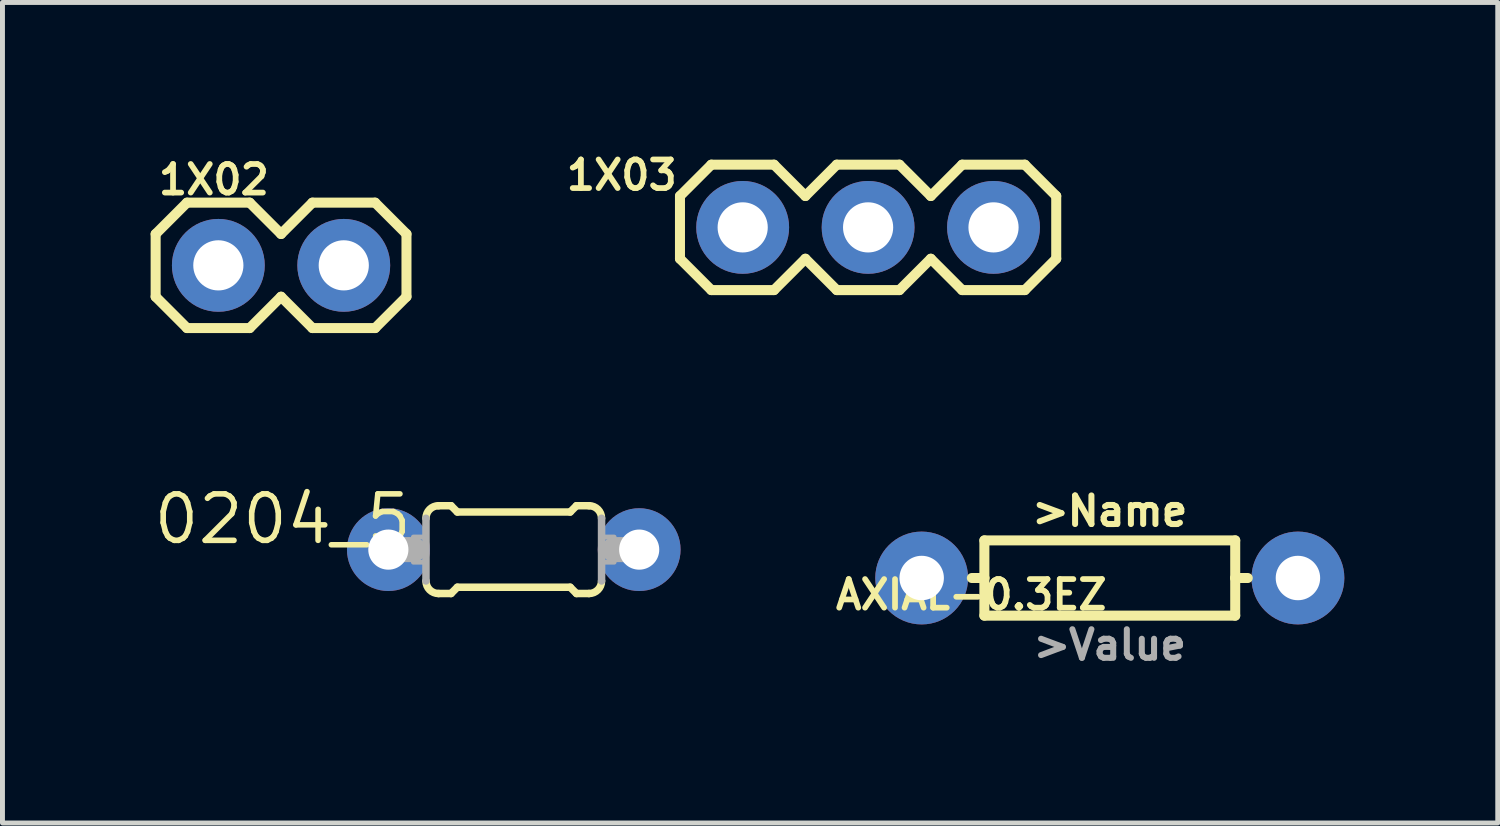
<source format=kicad_pcb>
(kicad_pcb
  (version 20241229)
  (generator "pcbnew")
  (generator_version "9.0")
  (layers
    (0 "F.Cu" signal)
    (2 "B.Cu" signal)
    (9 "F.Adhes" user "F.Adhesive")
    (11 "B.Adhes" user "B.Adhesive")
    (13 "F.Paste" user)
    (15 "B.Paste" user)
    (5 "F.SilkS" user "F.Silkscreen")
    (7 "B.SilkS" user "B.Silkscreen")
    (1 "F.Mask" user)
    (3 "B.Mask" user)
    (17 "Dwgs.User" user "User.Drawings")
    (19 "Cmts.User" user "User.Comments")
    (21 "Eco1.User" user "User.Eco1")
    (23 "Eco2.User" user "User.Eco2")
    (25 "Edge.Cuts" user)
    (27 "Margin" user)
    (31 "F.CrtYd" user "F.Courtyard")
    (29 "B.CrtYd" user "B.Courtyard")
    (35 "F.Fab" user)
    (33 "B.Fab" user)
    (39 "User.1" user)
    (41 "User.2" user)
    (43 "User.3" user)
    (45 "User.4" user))
  (footprint "1X03"
    (layer "F.Cu")
    (at 11.991 1.555)
    (property "Reference" "1X03" (at -1.27 -1.397 180) (layer "F.SilkS") (effects (font (size 0.579 0.579) (thickness 0.116)) (justify right top)))
    (attr through_hole)
    (fp_line (start -1.27 -0.635) (end -1.27 0.635) (stroke (width 0.203) (type solid)) (layer "F.SilkS"))
    (fp_line (start -1.27 0.635) (end -0.635 1.27) (stroke (width 0.203) (type solid)) (layer "F.SilkS"))
    (fp_line (start -0.635 -1.27) (end -1.27 -0.635) (stroke (width 0.203) (type solid)) (layer "F.SilkS"))
    (fp_line (start -0.635 -1.27) (end 0.635 -1.27) (stroke (width 0.203) (type solid)) (layer "F.SilkS"))
    (fp_line (start 0.635 -1.27) (end 1.27 -0.635) (stroke (width 0.203) (type solid)) (layer "F.SilkS"))
    (fp_line (start 0.635 1.27) (end -0.635 1.27) (stroke (width 0.203) (type solid)) (layer "F.SilkS"))
    (fp_line (start 1.27 -0.635) (end 1.905 -1.27) (stroke (width 0.203) (type solid)) (layer "F.SilkS"))
    (fp_line (start 1.27 0.635) (end 0.635 1.27) (stroke (width 0.203) (type solid)) (layer "F.SilkS"))
    (fp_line (start 1.905 -1.27) (end 3.175 -1.27) (stroke (width 0.203) (type solid)) (layer "F.SilkS"))
    (fp_line (start 1.905 1.27) (end 1.27 0.635) (stroke (width 0.203) (type solid)) (layer "F.SilkS"))
    (fp_line (start 3.175 -1.27) (end 3.81 -0.635) (stroke (width 0.203) (type solid)) (layer "F.SilkS"))
    (fp_line (start 3.175 1.27) (end 1.905 1.27) (stroke (width 0.203) (type solid)) (layer "F.SilkS"))
    (fp_line (start 3.81 -0.635) (end 4.445 -1.27) (stroke (width 0.203) (type solid)) (layer "F.SilkS"))
    (fp_line (start 3.81 0.635) (end 3.175 1.27) (stroke (width 0.203) (type solid)) (layer "F.SilkS"))
    (fp_line (start 4.445 -1.27) (end 5.715 -1.27) (stroke (width 0.203) (type solid)) (layer "F.SilkS"))
    (fp_line (start 4.445 1.27) (end 3.81 0.635) (stroke (width 0.203) (type solid)) (layer "F.SilkS"))
    (fp_line (start 5.715 -1.27) (end 6.35 -0.635) (stroke (width 0.203) (type solid)) (layer "F.SilkS"))
    (fp_line (start 5.715 1.27) (end 4.445 1.27) (stroke (width 0.203) (type solid)) (layer "F.SilkS"))
    (fp_line (start 6.35 -0.635) (end 6.35 0.635) (stroke (width 0.203) (type solid)) (layer "F.SilkS"))
    (fp_line (start 6.35 0.635) (end 5.715 1.27) (stroke (width 0.203) (type solid)) (layer "F.SilkS"))
    (fp_poly (pts (xy -0.254 0.254) (xy 0.254 0.254) (xy 0.254 -0.254) (xy -0.254 -0.254)) (stroke (width 0.1) (type solid)) (fill no) (layer "F.Fab"))
    (fp_poly (pts (xy 2.286 0.254) (xy 2.794 0.254) (xy 2.794 -0.254) (xy 2.286 -0.254)) (stroke (width 0.1) (type solid)) (fill no) (layer "F.Fab"))
    (fp_poly (pts (xy 4.826 0.254) (xy 5.334 0.254) (xy 5.334 -0.254) (xy 4.826 -0.254)) (stroke (width 0.1) (type solid)) (fill no) (layer "F.Fab"))
    (pad "1" thru_hole circle (at 0 0 90) (size 1.88 1.88) (drill 1.016) (layers "*.Cu" "*.Mask"))
    (pad "2" thru_hole circle (at 2.54 0 90) (size 1.88 1.88) (drill 1.016) (layers "*.Cu" "*.Mask"))
    (pad "3" thru_hole circle (at 5.08 0 90) (size 1.88 1.88) (drill 1.016) (layers "*.Cu" "*.Mask")))
  (footprint "0204_5"
    (layer "F.Cu")
    (at 7.355 8.081)
    (property "Reference" "0204_5" (at -2.007 -1.168 180) (layer "F.SilkS") (effects (font (size 0.941 0.941) (thickness 0.113)) (justify right top)))
    (attr through_hole)
    (fp_line (start -1.524 -0.889) (end -1.27 -0.889) (stroke (width 0.152) (type solid)) (layer "F.SilkS"))
    (fp_line (start -1.524 0.889) (end -1.27 0.889) (stroke (width 0.152) (type solid)) (layer "F.SilkS"))
    (fp_line (start -1.143 -0.762) (end -1.27 -0.889) (stroke (width 0.152) (type solid)) (layer "F.SilkS"))
    (fp_line (start -1.143 0.762) (end -1.27 0.889) (stroke (width 0.152) (type solid)) (layer "F.SilkS"))
    (fp_line (start 1.143 -0.762) (end -1.143 -0.762) (stroke (width 0.152) (type solid)) (layer "F.SilkS"))
    (fp_line (start 1.143 -0.762) (end 1.27 -0.889) (stroke (width 0.152) (type solid)) (layer "F.SilkS"))
    (fp_line (start 1.143 0.762) (end -1.143 0.762) (stroke (width 0.152) (type solid)) (layer "F.SilkS"))
    (fp_line (start 1.143 0.762) (end 1.27 0.889) (stroke (width 0.152) (type solid)) (layer "F.SilkS"))
    (fp_line (start 1.524 -0.889) (end 1.27 -0.889) (stroke (width 0.152) (type solid)) (layer "F.SilkS"))
    (fp_line (start 1.524 0.889) (end 1.27 0.889) (stroke (width 0.152) (type solid)) (layer "F.SilkS"))
    (fp_arc (start -1.778 -0.635) (mid -1.703605 -0.814605) (end -1.524 -0.889) (stroke (width 0.1524) (type solid)) (layer "F.SilkS"))
    (fp_arc (start -1.524 0.889) (mid -1.703605 0.814605) (end -1.778 0.635) (stroke (width 0.1524) (type solid)) (layer "F.SilkS"))
    (fp_arc (start 1.524 -0.889) (mid 1.703605 -0.814605) (end 1.778 -0.635) (stroke (width 0.1524) (type solid)) (layer "F.SilkS"))
    (fp_arc (start 1.778 0.635) (mid 1.703605 0.814605) (end 1.524 0.889) (stroke (width 0.1524) (type solid)) (layer "F.SilkS"))
    (fp_line (start -2.54 0) (end -2.032 0) (stroke (width 0.508) (type solid)) (layer "F.Fab"))
    (fp_line (start -1.778 0.635) (end -1.778 -0.635) (stroke (width 0.152) (type solid)) (layer "F.Fab"))
    (fp_line (start 1.778 0.635) (end 1.778 -0.635) (stroke (width 0.152) (type solid)) (layer "F.Fab"))
    (fp_line (start 2.54 0) (end 2.032 0) (stroke (width 0.508) (type solid)) (layer "F.Fab"))
    (fp_poly (pts (xy -2.032 0.254) (xy -1.778 0.254) (xy -1.778 -0.254) (xy -2.032 -0.254)) (stroke (width 0.1) (type solid)) (fill no) (layer "F.Fab"))
    (fp_poly (pts (xy 1.778 0.254) (xy 2.032 0.254) (xy 2.032 -0.254) (xy 1.778 -0.254)) (stroke (width 0.1) (type solid)) (fill no) (layer "F.Fab"))
    (pad "1" thru_hole circle (at -2.54 0) (size 1.676 1.676) (drill 0.813) (layers "*.Cu" "*.Mask"))
    (pad "2" thru_hole circle (at 2.54 0) (size 1.676 1.676) (drill 0.813) (layers "*.Cu" "*.Mask")))
  (footprint "AXIAL-0.3EZ"
    (layer "F.Cu")
    (at 19.426 8.656)
    (property "Reference" "AXIAL-0.3EZ" (at 0 0 180) (layer "F.SilkS") (effects (font (size 0.579 0.579) (thickness 0.116)) (justify right top)))
    (attr through_hole)
    (fp_circle (center -3.81 0) (end -3.302 0) (stroke (width 0) (type solid)) (fill yes) (layer "F.Mask"))
    (fp_circle (center 3.81 0) (end 4.334 0) (stroke (width 0) (type solid)) (fill yes) (layer "F.Mask"))
    (fp_circle (center -3.81 0) (end -2.786 0) (stroke (width 0) (type solid)) (fill yes) (layer "B.Mask"))
    (fp_circle (center 3.81 0) (end 4.857 0) (stroke (width 0) (type solid)) (fill yes) (layer "B.Mask"))
    (fp_line (start -2.54 -0.762) (end 2.54 -0.762) (stroke (width 0.203) (type solid)) (layer "F.SilkS"))
    (fp_line (start -2.54 0) (end -2.794 0) (stroke (width 0.203) (type solid)) (layer "F.SilkS"))
    (fp_line (start -2.54 0) (end -2.54 -0.762) (stroke (width 0.203) (type solid)) (layer "F.SilkS"))
    (fp_line (start -2.54 0.762) (end -2.54 0) (stroke (width 0.203) (type solid)) (layer "F.SilkS"))
    (fp_line (start 2.54 -0.762) (end 2.54 0) (stroke (width 0.203) (type solid)) (layer "F.SilkS"))
    (fp_line (start 2.54 0) (end 2.54 0.762) (stroke (width 0.203) (type solid)) (layer "F.SilkS"))
    (fp_line (start 2.54 0) (end 2.794 0) (stroke (width 0.203) (type solid)) (layer "F.SilkS"))
    (fp_line (start 2.54 0.762) (end -2.54 0.762) (stroke (width 0.203) (type solid)) (layer "F.SilkS"))
    (fp_text user ">Name" (at 0 -1.016 0) (layer "F.SilkS") (effects (font (size 0.579 0.579) (thickness 0.122)) (justify bottom)))
    (fp_text user ">Value" (at 0 1.016 0) (layer "F.Fab") (effects (font (size 0.579 0.579) (thickness 0.122)) (justify top)))
    (pad "P$1" thru_hole circle (at -3.81 0) (size 1.88 1.88) (drill 0.9) (layers "*.Cu" "*.Mask"))
    (pad "P$2" thru_hole circle (at 3.81 0) (size 1.88 1.88) (drill 0.9) (layers "*.Cu" "*.Mask")))
  (footprint "1X02"
    (layer "F.Cu")
    (at 1.372 2.324)
    (property "Reference" "1X02" (at -1.27 -1.397 0) (layer "F.SilkS") (effects (font (size 0.579 0.579) (thickness 0.116)) (justify left bottom)))
    (attr through_hole)
    (fp_line (start -1.27 -0.635) (end -1.27 0.635) (stroke (width 0.203) (type solid)) (layer "F.SilkS"))
    (fp_line (start -1.27 0.635) (end -0.635 1.27) (stroke (width 0.203) (type solid)) (layer "F.SilkS"))
    (fp_line (start -0.635 -1.27) (end -1.27 -0.635) (stroke (width 0.203) (type solid)) (layer "F.SilkS"))
    (fp_line (start -0.635 -1.27) (end 0.635 -1.27) (stroke (width 0.203) (type solid)) (layer "F.SilkS"))
    (fp_line (start 0.635 -1.27) (end 1.27 -0.635) (stroke (width 0.203) (type solid)) (layer "F.SilkS"))
    (fp_line (start 0.635 1.27) (end -0.635 1.27) (stroke (width 0.203) (type solid)) (layer "F.SilkS"))
    (fp_line (start 1.27 -0.635) (end 1.905 -1.27) (stroke (width 0.203) (type solid)) (layer "F.SilkS"))
    (fp_line (start 1.27 0.635) (end 0.635 1.27) (stroke (width 0.203) (type solid)) (layer "F.SilkS"))
    (fp_line (start 1.905 -1.27) (end 3.175 -1.27) (stroke (width 0.203) (type solid)) (layer "F.SilkS"))
    (fp_line (start 1.905 1.27) (end 1.27 0.635) (stroke (width 0.203) (type solid)) (layer "F.SilkS"))
    (fp_line (start 3.175 -1.27) (end 3.81 -0.635) (stroke (width 0.203) (type solid)) (layer "F.SilkS"))
    (fp_line (start 3.175 1.27) (end 1.905 1.27) (stroke (width 0.203) (type solid)) (layer "F.SilkS"))
    (fp_line (start 3.81 -0.635) (end 3.81 0.635) (stroke (width 0.203) (type solid)) (layer "F.SilkS"))
    (fp_line (start 3.81 0.635) (end 3.175 1.27) (stroke (width 0.203) (type solid)) (layer "F.SilkS"))
    (fp_poly (pts (xy -0.254 0.254) (xy 0.254 0.254) (xy 0.254 -0.254) (xy -0.254 -0.254)) (stroke (width 0.1) (type solid)) (fill no) (layer "F.Fab"))
    (fp_poly (pts (xy 2.286 0.254) (xy 2.794 0.254) (xy 2.794 -0.254) (xy 2.286 -0.254)) (stroke (width 0.1) (type solid)) (fill no) (layer "F.Fab"))
    (pad "1" thru_hole circle (at 0 0 90) (size 1.88 1.88) (drill 1.016) (layers "*.Cu" "*.Mask"))
    (pad "2" thru_hole circle (at 2.54 0 90) (size 1.88 1.88) (drill 1.016) (layers "*.Cu" "*.Mask")))
  (gr_rect
    (start -3 -3)
    (end 27.283 13.617)
    (stroke (width 0.1) (type default))
    (fill no)
    (layer "Edge.Cuts")))
</source>
